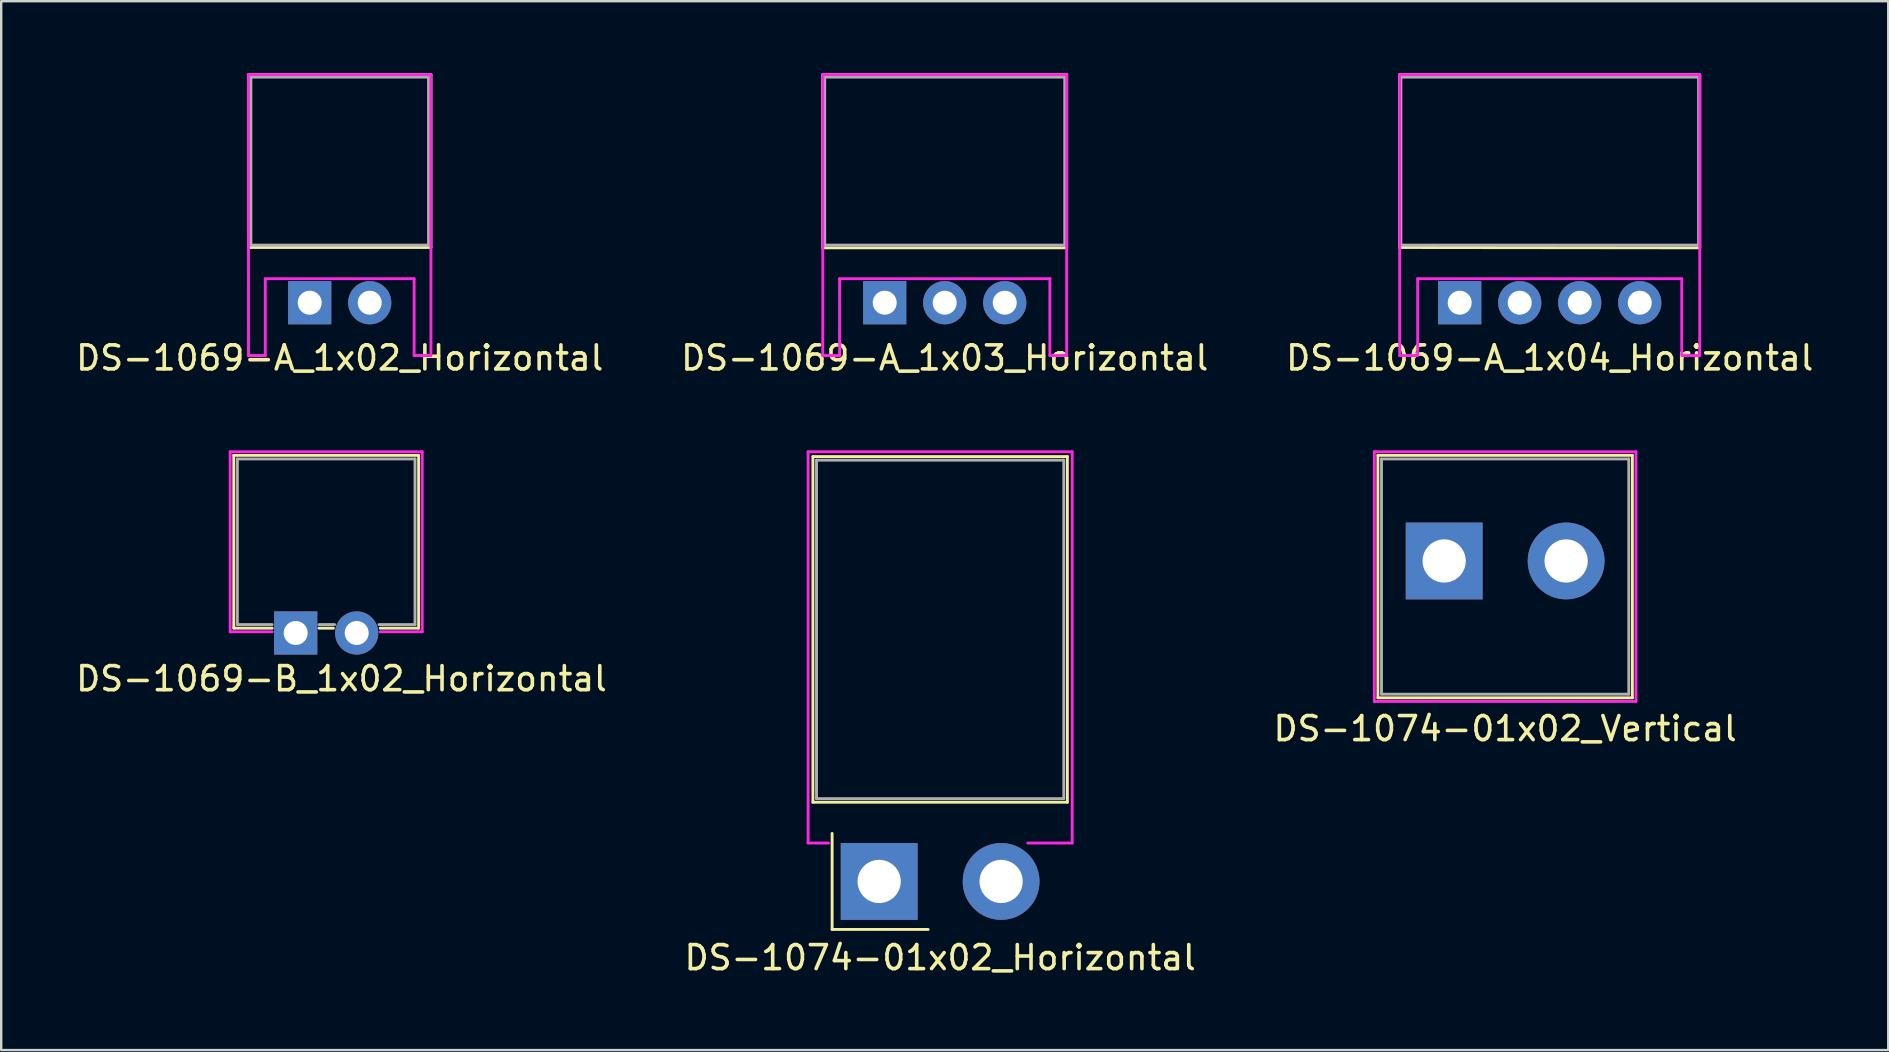
<source format=kicad_pcb>
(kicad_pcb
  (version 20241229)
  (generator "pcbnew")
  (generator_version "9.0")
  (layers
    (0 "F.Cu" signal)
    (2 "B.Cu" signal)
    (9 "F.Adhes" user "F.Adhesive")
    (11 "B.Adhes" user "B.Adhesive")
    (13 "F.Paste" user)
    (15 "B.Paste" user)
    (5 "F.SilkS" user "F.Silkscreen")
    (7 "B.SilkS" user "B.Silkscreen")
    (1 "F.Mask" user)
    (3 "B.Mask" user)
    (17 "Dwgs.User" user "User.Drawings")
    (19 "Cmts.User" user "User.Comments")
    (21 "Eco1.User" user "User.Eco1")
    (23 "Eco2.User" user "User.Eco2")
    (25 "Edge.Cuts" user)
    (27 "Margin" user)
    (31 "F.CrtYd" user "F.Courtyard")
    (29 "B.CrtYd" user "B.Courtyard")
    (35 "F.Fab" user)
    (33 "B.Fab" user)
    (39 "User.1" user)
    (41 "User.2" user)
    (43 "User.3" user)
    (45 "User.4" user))
  (footprint "DS-1074-01x02_Vertical"
    (layer "F.Cu")
    (at 59.649 20.318)
    (property "Reference" "DS-1074-01x02_Vertical" (at 0 6.985 0) (layer "F.SilkS") (effects (font (size 1 1) (thickness 0.15))))
    (attr through_hole)
    (fp_line (start -5.3 -4.4) (end -5.3 5.7) (stroke (width 0.12) (type solid)) (layer "F.SilkS"))
    (fp_line (start -5.3 5.7) (end 5.3 5.7) (stroke (width 0.12) (type solid)) (layer "F.SilkS"))
    (fp_line (start 5.3 -4.4) (end -5.3 -4.4) (stroke (width 0.12) (type solid)) (layer "F.SilkS"))
    (fp_line (start 5.3 5.7) (end 5.3 -4.4) (stroke (width 0.12) (type solid)) (layer "F.SilkS"))
    (fp_line (start -5.45 -4.55) (end 5.45 -4.55) (stroke (width 0.12) (type solid)) (layer "F.CrtYd"))
    (fp_line (start -5.45 5.85) (end -5.45 -4.55) (stroke (width 0.12) (type solid)) (layer "F.CrtYd"))
    (fp_line (start 5.45 -4.55) (end 5.45 5.85) (stroke (width 0.12) (type solid)) (layer "F.CrtYd"))
    (fp_line (start 5.45 5.85) (end -5.45 5.85) (stroke (width 0.12) (type solid)) (layer "F.CrtYd"))
    (fp_line (start -5.15 -4.25) (end 5.15 -4.25) (stroke (width 0.12) (type solid)) (layer "F.Fab"))
    (fp_line (start -5.15 5.55) (end -5.15 -4.25) (stroke (width 0.12) (type solid)) (layer "F.Fab"))
    (fp_line (start 5.15 -4.25) (end 5.15 5.55) (stroke (width 0.12) (type solid)) (layer "F.Fab"))
    (fp_line (start 5.15 5.55) (end -5.15 5.55) (stroke (width 0.12) (type solid)) (layer "F.Fab"))
    (pad "1" thru_hole rect (at -2.54 0) (size 3.2 3.2) (drill 1.8) (layers "*.Cu" "*.Mask"))
    (pad "2" thru_hole circle (at 2.54 0) (size 3.2 3.2) (drill 1.8) (layers "*.Cu" "*.Mask")))
  (footprint "DS-1069-B_1x02_Horizontal"
    (layer "F.Cu")
    (at 10.538 23.318)
    (property "Reference" "DS-1069-B_1x02_Horizontal" (at 0.635 1.905 0) (layer "F.SilkS") (effects (font (size 1 1) (thickness 0.15))))
    (attr through_hole)
    (fp_line (start -3.85 -7.4) (end 3.85 -7.4) (stroke (width 0.12) (type solid)) (layer "F.SilkS"))
    (fp_line (start -3.85 -0.2) (end -3.85 -7.4) (stroke (width 0.12) (type solid)) (layer "F.SilkS"))
    (fp_line (start -2.25 -0.2) (end -3.85 -0.2) (stroke (width 0.12) (type solid)) (layer "F.SilkS"))
    (fp_line (start 0.3 -0.2) (end -0.3 -0.2) (stroke (width 0.12) (type solid)) (layer "F.SilkS"))
    (fp_line (start 3.85 -7.4) (end 3.85 -0.2) (stroke (width 0.12) (type solid)) (layer "F.SilkS"))
    (fp_line (start 3.85 -0.2) (end 2.25 -0.2) (stroke (width 0.12) (type solid)) (layer "F.SilkS"))
    (fp_line (start -4 -7.55) (end 4 -7.55) (stroke (width 0.12) (type solid)) (layer "F.CrtYd"))
    (fp_line (start -4 -0.05) (end -4 -7.55) (stroke (width 0.12) (type solid)) (layer "F.CrtYd"))
    (fp_line (start -2.25 -0.05) (end -4 -0.05) (stroke (width 0.12) (type solid)) (layer "F.CrtYd"))
    (fp_line (start 4 -7.55) (end 4 -0.05) (stroke (width 0.12) (type solid)) (layer "F.CrtYd"))
    (fp_line (start 4 -0.05) (end 2.25 -0.05) (stroke (width 0.12) (type solid)) (layer "F.CrtYd"))
    (fp_line (start -3.7 -7.25) (end 3.7 -7.25) (stroke (width 0.12) (type solid)) (layer "F.Fab"))
    (fp_line (start -3.7 -0.35) (end -3.7 -7.25) (stroke (width 0.12) (type solid)) (layer "F.Fab"))
    (fp_line (start -2.25 -0.35) (end -3.7 -0.35) (stroke (width 0.12) (type solid)) (layer "F.Fab"))
    (fp_line (start 0.35 -0.35) (end -0.3 -0.35) (stroke (width 0.12) (type solid)) (layer "F.Fab"))
    (fp_line (start 3.7 -7.25) (end 3.7 -0.35) (stroke (width 0.12) (type solid)) (layer "F.Fab"))
    (fp_line (start 3.7 -0.35) (end 2.2 -0.35) (stroke (width 0.12) (type solid)) (layer "F.Fab"))
    (pad "1" thru_hole rect (at -1.27 0) (size 1.8 1.8) (drill 1) (layers "*.Cu" "*.Mask"))
    (pad "2" thru_hole circle (at 1.27 0) (size 1.8 1.8) (drill 1) (layers "*.Cu" "*.Mask")))
  (footprint "DS-1074-01x02_Horizontal"
    (layer "F.Cu")
    (at 36.113 33.668)
    (property "Reference" "DS-1074-01x02_Horizontal" (at 0 3.175 0) (layer "F.SilkS") (effects (font (size 1 1) (thickness 0.15))))
    (attr through_hole)
    (fp_line (start -5.3 -17.7) (end -5.3 -3.3) (stroke (width 0.12) (type solid)) (layer "F.SilkS"))
    (fp_line (start -5.3 -3.3) (end 5.3 -3.3) (stroke (width 0.12) (type solid)) (layer "F.SilkS"))
    (fp_line (start -4.5 -2) (end -4.5 2) (stroke (width 0.12) (type solid)) (layer "F.SilkS"))
    (fp_line (start -4.5 2) (end -0.5 2) (stroke (width 0.12) (type solid)) (layer "F.SilkS"))
    (fp_line (start 5.3 -17.7) (end -5.3 -17.7) (stroke (width 0.12) (type solid)) (layer "F.SilkS"))
    (fp_line (start 5.3 -3.3) (end 5.3 -17.7) (stroke (width 0.12) (type solid)) (layer "F.SilkS"))
    (fp_line (start -5.5 -17.9) (end 5.5 -17.9) (stroke (width 0.12) (type solid)) (layer "F.CrtYd"))
    (fp_line (start -5.5 -1.6) (end -5.5 -17.9) (stroke (width 0.12) (type solid)) (layer "F.CrtYd"))
    (fp_line (start -4.65 -1.6) (end -5.5 -1.6) (stroke (width 0.12) (type solid)) (layer "F.CrtYd"))
    (fp_line (start 5.5 -17.9) (end 5.5 -1.6) (stroke (width 0.12) (type solid)) (layer "F.CrtYd"))
    (fp_line (start 5.5 -1.6) (end 3.65 -1.6) (stroke (width 0.12) (type solid)) (layer "F.CrtYd"))
    (fp_line (start -5.15 -17.55) (end 5.15 -17.55) (stroke (width 0.12) (type solid)) (layer "F.Fab"))
    (fp_line (start -5.15 -3.45) (end -5.15 -17.55) (stroke (width 0.12) (type solid)) (layer "F.Fab"))
    (fp_line (start 5.15 -17.55) (end 5.15 -3.45) (stroke (width 0.12) (type solid)) (layer "F.Fab"))
    (fp_line (start 5.15 -3.45) (end -5.15 -3.45) (stroke (width 0.12) (type solid)) (layer "F.Fab"))
    (pad "1" thru_hole rect (at -2.54 0) (size 3.2 3.2) (drill 1.8) (layers "*.Cu" "*.Mask"))
    (pad "2" thru_hole circle (at 2.54 0) (size 3.2 3.2) (drill 1.8) (layers "*.Cu" "*.Mask")))
  (footprint "DS-1069-A_1x02_Horizontal"
    (layer "F.Cu")
    (at 11.101 9.56)
    (property "Reference" "DS-1069-A_1x02_Horizontal" (at 0 2.3 0) (layer "F.SilkS") (effects (font (size 1 1) (thickness 0.15))))
    (attr through_hole)
    (fp_line (start -3.8 -9.5) (end 3.8 -9.5) (stroke (width 0.12) (type solid)) (layer "F.SilkS"))
    (fp_line (start -3.8 -2.3) (end -3.8 -9.5) (stroke (width 0.12) (type solid)) (layer "F.SilkS"))
    (fp_line (start 3.8 -9.5) (end 3.8 -2.3) (stroke (width 0.12) (type solid)) (layer "F.SilkS"))
    (fp_line (start 3.8 -2.3) (end -3.8 -2.3) (stroke (width 0.12) (type solid)) (layer "F.SilkS"))
    (fp_line (start -3.8 -9.5) (end 3.8 -9.5) (stroke (width 0.12) (type solid)) (layer "F.CrtYd"))
    (fp_line (start -3.8 2.2) (end -3.8 -9.5) (stroke (width 0.12) (type solid)) (layer "F.CrtYd"))
    (fp_line (start -3.1 2.2) (end -3.8 2.2) (stroke (width 0.12) (type solid)) (layer "F.CrtYd"))
    (fp_line (start -3.1 2.2) (end -3.1 -1) (stroke (width 0.12) (type solid)) (layer "F.CrtYd"))
    (fp_line (start 3.1 -1) (end -3.1 -1) (stroke (width 0.12) (type solid)) (layer "F.CrtYd"))
    (fp_line (start 3.1 2.2) (end 3.1 -1) (stroke (width 0.12) (type solid)) (layer "F.CrtYd"))
    (fp_line (start 3.8 2.2) (end 3.1 2.2) (stroke (width 0.12) (type solid)) (layer "F.CrtYd"))
    (fp_line (start 3.8 2.2) (end 3.8 -9.5) (stroke (width 0.12) (type solid)) (layer "F.CrtYd"))
    (fp_line (start -3.7 -9.4) (end 3.7 -9.4) (stroke (width 0.12) (type solid)) (layer "F.Fab"))
    (fp_line (start -3.7 -2.4) (end -3.7 -9.4) (stroke (width 0.12) (type solid)) (layer "F.Fab"))
    (fp_line (start -3.7 -2.4) (end 3.7 -2.4) (stroke (width 0.12) (type solid)) (layer "F.Fab"))
    (fp_line (start 3.7 -9.4) (end 3.7 -2.4) (stroke (width 0.12) (type solid)) (layer "F.Fab"))
    (pad "1" thru_hole rect (at -1.25 0) (size 1.8 1.8) (drill 1) (layers "*.Cu" "*.Mask"))
    (pad "2" thru_hole circle (at 1.25 0) (size 1.8 1.8) (drill 1) (layers "*.Cu" "*.Mask")))
  (footprint "DS-1069-A_1x03_Horizontal"
    (layer "F.Cu")
    (at 36.304 9.56)
    (property "Reference" "DS-1069-A_1x03_Horizontal" (at 0 2.3 0) (layer "F.SilkS") (effects (font (size 1 1) (thickness 0.15))))
    (attr through_hole)
    (fp_line (start -5.08 -9.5) (end 5.08 -9.5) (stroke (width 0.12) (type solid)) (layer "F.SilkS"))
    (fp_line (start -5.08 -2.3) (end -5.08 -9.5) (stroke (width 0.12) (type solid)) (layer "F.SilkS"))
    (fp_line (start 5.08 -9.5) (end 5.08 -2.286) (stroke (width 0.12) (type solid)) (layer "F.SilkS"))
    (fp_line (start 5.08 -2.286) (end -5.08 -2.286) (stroke (width 0.12) (type solid)) (layer "F.SilkS"))
    (fp_line (start -5.08 -9.5) (end 5.08 -9.5) (stroke (width 0.12) (type solid)) (layer "F.CrtYd"))
    (fp_line (start -5.08 2.2) (end -5.08 -9.5) (stroke (width 0.12) (type solid)) (layer "F.CrtYd"))
    (fp_line (start -4.38 2.2) (end -5.08 2.2) (stroke (width 0.12) (type solid)) (layer "F.CrtYd"))
    (fp_line (start -4.38 2.2) (end -4.38 -1) (stroke (width 0.12) (type solid)) (layer "F.CrtYd"))
    (fp_line (start 4.38 -1) (end -4.38 -1) (stroke (width 0.12) (type solid)) (layer "F.CrtYd"))
    (fp_line (start 4.38 2.2) (end 4.38 -1) (stroke (width 0.12) (type solid)) (layer "F.CrtYd"))
    (fp_line (start 5.08 2.2) (end 4.38 2.2) (stroke (width 0.12) (type solid)) (layer "F.CrtYd"))
    (fp_line (start 5.08 2.2) (end 5.08 -9.5) (stroke (width 0.12) (type solid)) (layer "F.CrtYd"))
    (fp_line (start -5 -9.4) (end 5 -9.4) (stroke (width 0.12) (type solid)) (layer "F.Fab"))
    (fp_line (start -5 -2.4) (end -5 -9.4) (stroke (width 0.12) (type solid)) (layer "F.Fab"))
    (fp_line (start -5 -2.4) (end 5 -2.4) (stroke (width 0.12) (type solid)) (layer "F.Fab"))
    (fp_line (start 5 -9.4) (end 5 -2.4) (stroke (width 0.12) (type solid)) (layer "F.Fab"))
    (pad "1" thru_hole rect (at -2.5 0) (size 1.8 1.8) (drill 1) (layers "*.Cu" "*.Mask"))
    (pad "2" thru_hole circle (at 0 0) (size 1.8 1.8) (drill 1) (layers "*.Cu" "*.Mask"))
    (pad "3" thru_hole circle (at 2.5 0) (size 1.8 1.8) (drill 1) (layers "*.Cu" "*.Mask")))
  (footprint "DS-1069-A_1x04_Horizontal"
    (layer "F.Cu")
    (at 61.506 9.56)
    (property "Reference" "DS-1069-A_1x04_Horizontal" (at 0 2.3 0) (layer "F.SilkS") (effects (font (size 1 1) (thickness 0.15))))
    (attr through_hole)
    (fp_line (start -6.25 -9.5) (end 6.25 -9.5) (stroke (width 0.12) (type solid)) (layer "F.SilkS"))
    (fp_line (start -6.25 -2.3) (end -6.25 -9.5) (stroke (width 0.12) (type solid)) (layer "F.SilkS"))
    (fp_line (start 6.25 -9.5) (end 6.25 -2.286) (stroke (width 0.12) (type solid)) (layer "F.SilkS"))
    (fp_line (start 6.25 -2.286) (end -6.25 -2.3) (stroke (width 0.12) (type solid)) (layer "F.SilkS"))
    (fp_line (start -6.25 -9.5) (end 6.25 -9.5) (stroke (width 0.12) (type solid)) (layer "F.CrtYd"))
    (fp_line (start -6.25 2.2) (end -6.25 -9.5) (stroke (width 0.12) (type solid)) (layer "F.CrtYd"))
    (fp_line (start -5.55 2.2) (end -6.25 2.2) (stroke (width 0.12) (type solid)) (layer "F.CrtYd"))
    (fp_line (start -5.5 2.2) (end -5.5 -1) (stroke (width 0.12) (type solid)) (layer "F.CrtYd"))
    (fp_line (start 5.5 -1) (end -5.5 -1) (stroke (width 0.12) (type solid)) (layer "F.CrtYd"))
    (fp_line (start 5.5 2.2) (end 5.5 -1) (stroke (width 0.12) (type solid)) (layer "F.CrtYd"))
    (fp_line (start 6.25 2.2) (end 5.55 2.2) (stroke (width 0.12) (type solid)) (layer "F.CrtYd"))
    (fp_line (start 6.25 2.2) (end 6.25 -9.5) (stroke (width 0.12) (type solid)) (layer "F.CrtYd"))
    (fp_line (start -6.2 -9.4) (end 6.2 -9.4) (stroke (width 0.12) (type solid)) (layer "F.Fab"))
    (fp_line (start -6.2 -2.4) (end -6.2 -9.4) (stroke (width 0.12) (type solid)) (layer "F.Fab"))
    (fp_line (start -6.2 -2.4) (end 6.2 -2.4) (stroke (width 0.12) (type solid)) (layer "F.Fab"))
    (fp_line (start 6.2 -9.4) (end 6.2 -2.4) (stroke (width 0.12) (type solid)) (layer "F.Fab"))
    (pad "1" thru_hole rect (at -3.75 0) (size 1.8 1.8) (drill 1) (layers "*.Cu" "*.Mask"))
    (pad "2" thru_hole circle (at -1.25 0) (size 1.8 1.8) (drill 1) (layers "*.Cu" "*.Mask"))
    (pad "3" thru_hole circle (at 1.25 0) (size 1.8 1.8) (drill 1) (layers "*.Cu" "*.Mask"))
    (pad "4" thru_hole circle (at 3.75 0) (size 1.8 1.8) (drill 1) (layers "*.Cu" "*.Mask")))
  (gr_rect
    (start -3 -3)
    (end 75.607 40.691)
    (stroke (width 0.1) (type default))
    (fill no)
    (layer "Edge.Cuts")))
</source>
